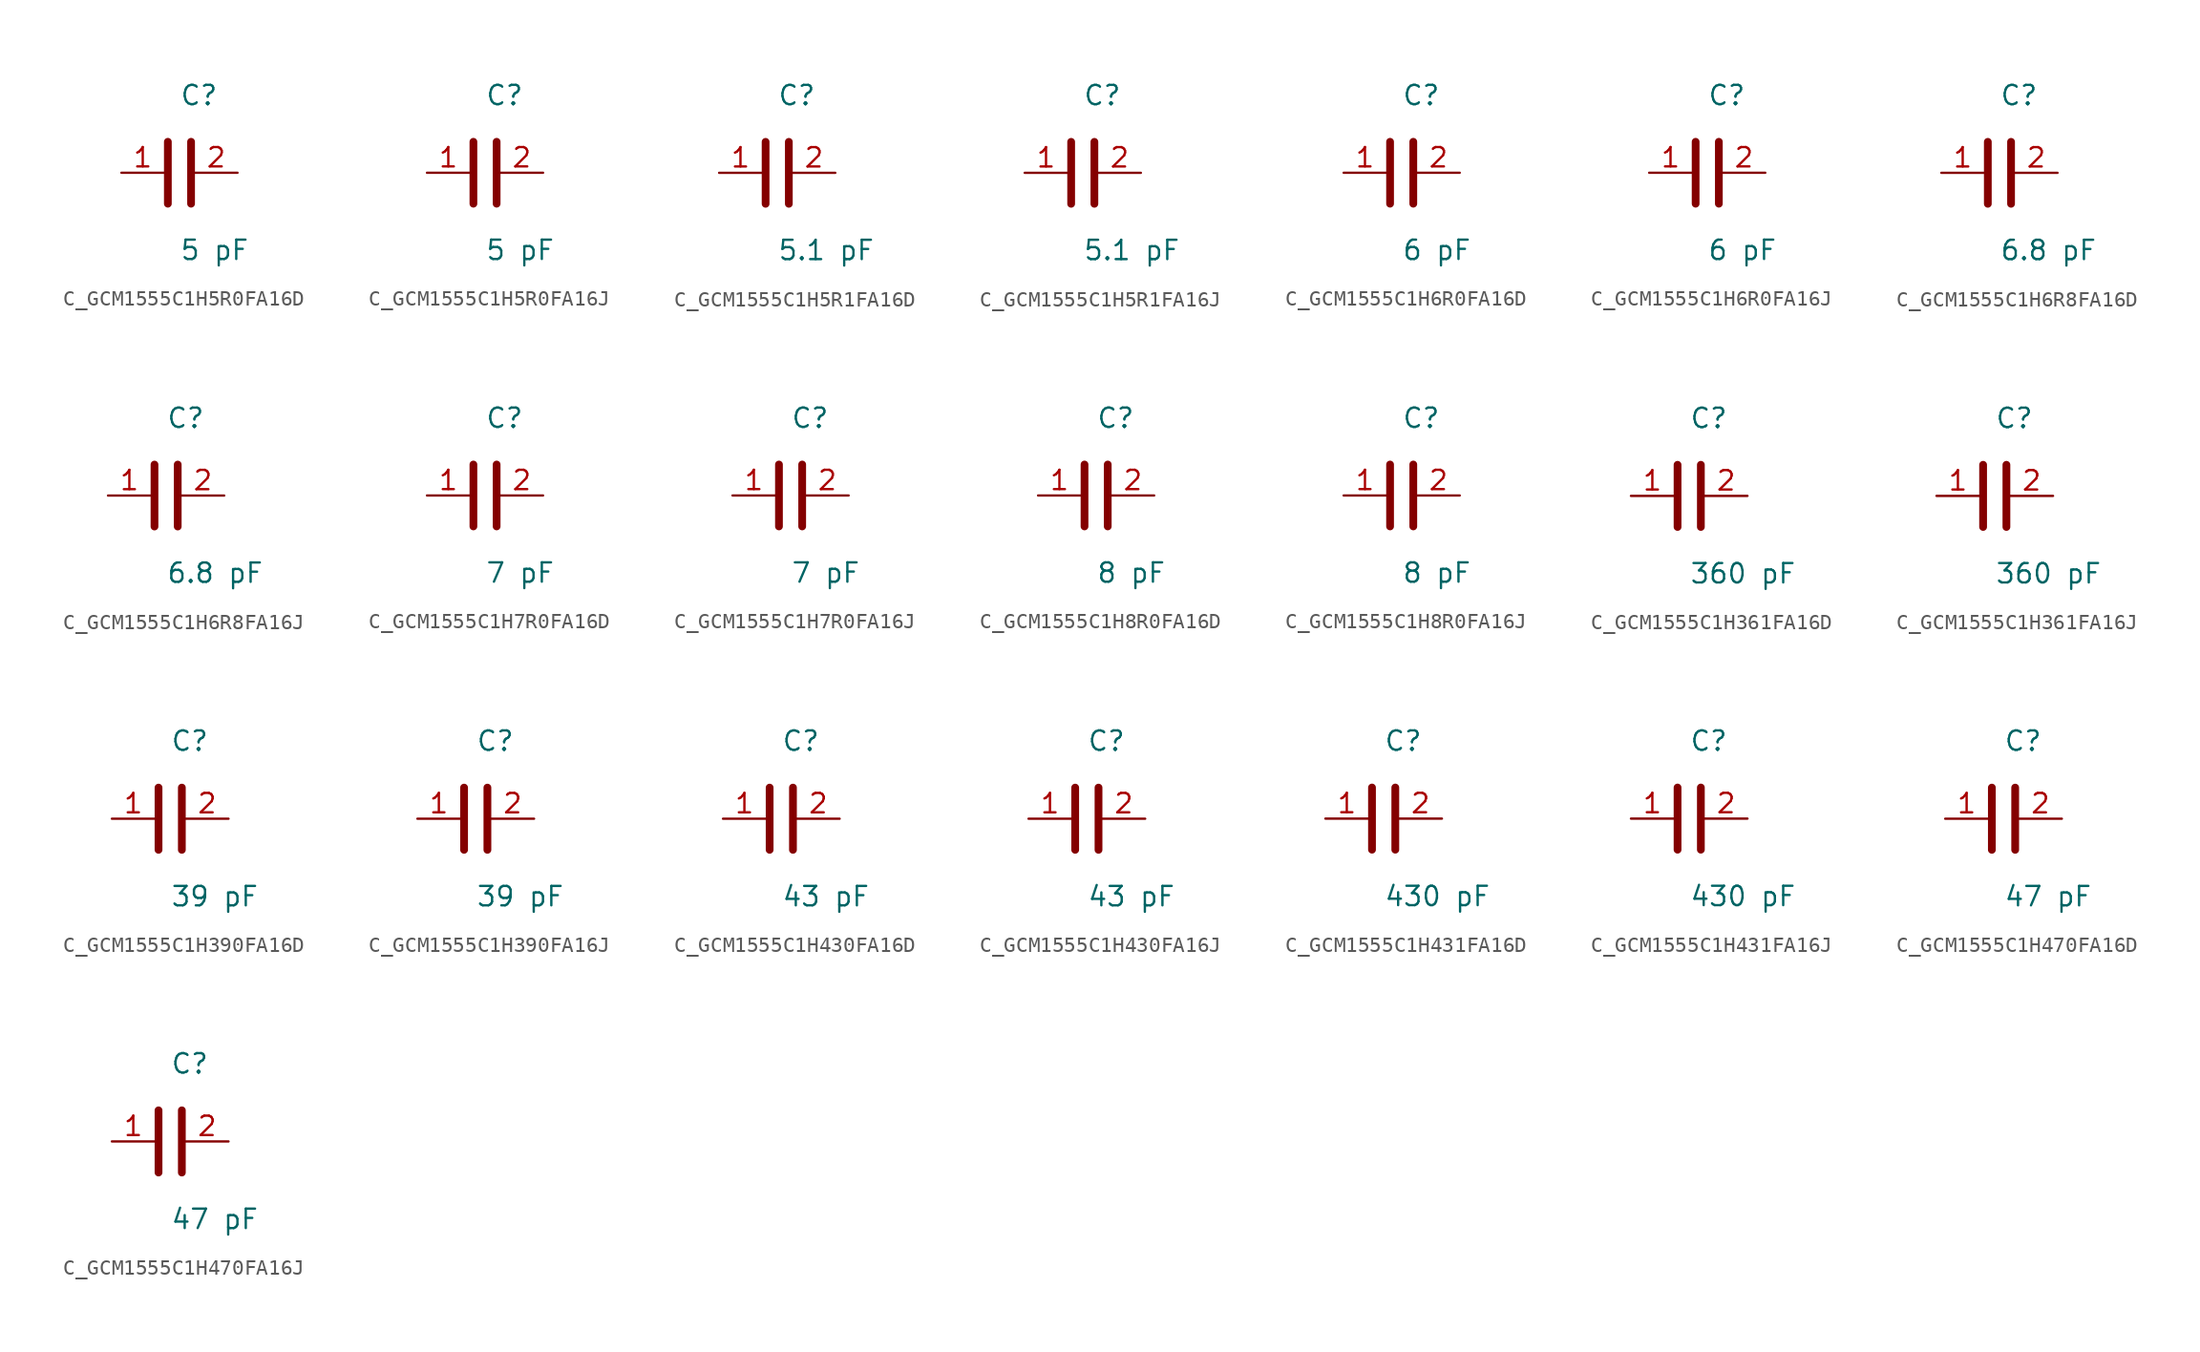
<source format=kicad_sym>
(kicad_symbol_lib
  (version 20231120)
  (generator kicad_symbol_editor)
  (generator_version 8.0)
  (symbol "C_GCM1555C1H5R0FA16D"
    (pin_names
      (offset 0.254))
    (property "Reference" "C"
      (at 0.0 5.08 0)
      (effects (font (size 1.27 1.27)) (justify left)))
    (property "Value" "5 pF"
      (at 0.0 -5.08 0)
      (effects (font (size 1.27 1.27)) (justify left)))
    (symbol "C_GCM1555C1H5R0FA16D_0_1"
      (polyline (pts (xy -0.762 -2.032) (xy -0.762 2.032)) (stroke (width 0.508) (type default)) (fill (type none)))
      (polyline (pts (xy 0.762 -2.032) (xy 0.762 2.032)) (stroke (width 0.508) (type default)) (fill (type none))))
    (pin unspecified line
      (at -3.81 0 0)
      (length 2.8)
      (name "" (effects (font (size 1.27 1.27))))
      (number "1" (effects (font (size 1.27 1.27)))))
    (pin unspecified line
      (at 3.81 0 180)
      (length 2.8)
      (name "" (effects (font (size 1.27 1.27))))
      (number "2" (effects (font (size 1.27 1.27))))))
  (symbol "C_GCM1555C1H5R0FA16J"
    (pin_names
      (offset 0.254))
    (property "Reference" "C"
      (at 0.0 5.08 0)
      (effects (font (size 1.27 1.27)) (justify left)))
    (property "Value" "5 pF"
      (at 0.0 -5.08 0)
      (effects (font (size 1.27 1.27)) (justify left)))
    (symbol "C_GCM1555C1H5R0FA16J_0_1"
      (polyline (pts (xy -0.762 -2.032) (xy -0.762 2.032)) (stroke (width 0.508) (type default)) (fill (type none)))
      (polyline (pts (xy 0.762 -2.032) (xy 0.762 2.032)) (stroke (width 0.508) (type default)) (fill (type none))))
    (pin unspecified line
      (at -3.81 0 0)
      (length 2.8)
      (name "" (effects (font (size 1.27 1.27))))
      (number "1" (effects (font (size 1.27 1.27)))))
    (pin unspecified line
      (at 3.81 0 180)
      (length 2.8)
      (name "" (effects (font (size 1.27 1.27))))
      (number "2" (effects (font (size 1.27 1.27))))))
  (symbol "C_GCM1555C1H5R1FA16D"
    (pin_names
      (offset 0.254))
    (property "Reference" "C"
      (at 0.0 5.08 0)
      (effects (font (size 1.27 1.27)) (justify left)))
    (property "Value" "5.1 pF"
      (at 0.0 -5.08 0)
      (effects (font (size 1.27 1.27)) (justify left)))
    (symbol "C_GCM1555C1H5R1FA16D_0_1"
      (polyline (pts (xy -0.762 -2.032) (xy -0.762 2.032)) (stroke (width 0.508) (type default)) (fill (type none)))
      (polyline (pts (xy 0.762 -2.032) (xy 0.762 2.032)) (stroke (width 0.508) (type default)) (fill (type none))))
    (pin unspecified line
      (at -3.81 0 0)
      (length 2.8)
      (name "" (effects (font (size 1.27 1.27))))
      (number "1" (effects (font (size 1.27 1.27)))))
    (pin unspecified line
      (at 3.81 0 180)
      (length 2.8)
      (name "" (effects (font (size 1.27 1.27))))
      (number "2" (effects (font (size 1.27 1.27))))))
  (symbol "C_GCM1555C1H5R1FA16J"
    (pin_names
      (offset 0.254))
    (property "Reference" "C"
      (at 0.0 5.08 0)
      (effects (font (size 1.27 1.27)) (justify left)))
    (property "Value" "5.1 pF"
      (at 0.0 -5.08 0)
      (effects (font (size 1.27 1.27)) (justify left)))
    (symbol "C_GCM1555C1H5R1FA16J_0_1"
      (polyline (pts (xy -0.762 -2.032) (xy -0.762 2.032)) (stroke (width 0.508) (type default)) (fill (type none)))
      (polyline (pts (xy 0.762 -2.032) (xy 0.762 2.032)) (stroke (width 0.508) (type default)) (fill (type none))))
    (pin unspecified line
      (at -3.81 0 0)
      (length 2.8)
      (name "" (effects (font (size 1.27 1.27))))
      (number "1" (effects (font (size 1.27 1.27)))))
    (pin unspecified line
      (at 3.81 0 180)
      (length 2.8)
      (name "" (effects (font (size 1.27 1.27))))
      (number "2" (effects (font (size 1.27 1.27))))))
  (symbol "C_GCM1555C1H6R0FA16D"
    (pin_names
      (offset 0.254))
    (property "Reference" "C"
      (at 0.0 5.08 0)
      (effects (font (size 1.27 1.27)) (justify left)))
    (property "Value" "6 pF"
      (at 0.0 -5.08 0)
      (effects (font (size 1.27 1.27)) (justify left)))
    (symbol "C_GCM1555C1H6R0FA16D_0_1"
      (polyline (pts (xy -0.762 -2.032) (xy -0.762 2.032)) (stroke (width 0.508) (type default)) (fill (type none)))
      (polyline (pts (xy 0.762 -2.032) (xy 0.762 2.032)) (stroke (width 0.508) (type default)) (fill (type none))))
    (pin unspecified line
      (at -3.81 0 0)
      (length 2.8)
      (name "" (effects (font (size 1.27 1.27))))
      (number "1" (effects (font (size 1.27 1.27)))))
    (pin unspecified line
      (at 3.81 0 180)
      (length 2.8)
      (name "" (effects (font (size 1.27 1.27))))
      (number "2" (effects (font (size 1.27 1.27))))))
  (symbol "C_GCM1555C1H6R0FA16J"
    (pin_names
      (offset 0.254))
    (property "Reference" "C"
      (at 0.0 5.08 0)
      (effects (font (size 1.27 1.27)) (justify left)))
    (property "Value" "6 pF"
      (at 0.0 -5.08 0)
      (effects (font (size 1.27 1.27)) (justify left)))
    (symbol "C_GCM1555C1H6R0FA16J_0_1"
      (polyline (pts (xy -0.762 -2.032) (xy -0.762 2.032)) (stroke (width 0.508) (type default)) (fill (type none)))
      (polyline (pts (xy 0.762 -2.032) (xy 0.762 2.032)) (stroke (width 0.508) (type default)) (fill (type none))))
    (pin unspecified line
      (at -3.81 0 0)
      (length 2.8)
      (name "" (effects (font (size 1.27 1.27))))
      (number "1" (effects (font (size 1.27 1.27)))))
    (pin unspecified line
      (at 3.81 0 180)
      (length 2.8)
      (name "" (effects (font (size 1.27 1.27))))
      (number "2" (effects (font (size 1.27 1.27))))))
  (symbol "C_GCM1555C1H6R8FA16D"
    (pin_names
      (offset 0.254))
    (property "Reference" "C"
      (at 0.0 5.08 0)
      (effects (font (size 1.27 1.27)) (justify left)))
    (property "Value" "6.8 pF"
      (at 0.0 -5.08 0)
      (effects (font (size 1.27 1.27)) (justify left)))
    (symbol "C_GCM1555C1H6R8FA16D_0_1"
      (polyline (pts (xy -0.762 -2.032) (xy -0.762 2.032)) (stroke (width 0.508) (type default)) (fill (type none)))
      (polyline (pts (xy 0.762 -2.032) (xy 0.762 2.032)) (stroke (width 0.508) (type default)) (fill (type none))))
    (pin unspecified line
      (at -3.81 0 0)
      (length 2.8)
      (name "" (effects (font (size 1.27 1.27))))
      (number "1" (effects (font (size 1.27 1.27)))))
    (pin unspecified line
      (at 3.81 0 180)
      (length 2.8)
      (name "" (effects (font (size 1.27 1.27))))
      (number "2" (effects (font (size 1.27 1.27))))))
  (symbol "C_GCM1555C1H6R8FA16J"
    (pin_names
      (offset 0.254))
    (property "Reference" "C"
      (at 0.0 5.08 0)
      (effects (font (size 1.27 1.27)) (justify left)))
    (property "Value" "6.8 pF"
      (at 0.0 -5.08 0)
      (effects (font (size 1.27 1.27)) (justify left)))
    (symbol "C_GCM1555C1H6R8FA16J_0_1"
      (polyline (pts (xy -0.762 -2.032) (xy -0.762 2.032)) (stroke (width 0.508) (type default)) (fill (type none)))
      (polyline (pts (xy 0.762 -2.032) (xy 0.762 2.032)) (stroke (width 0.508) (type default)) (fill (type none))))
    (pin unspecified line
      (at -3.81 0 0)
      (length 2.8)
      (name "" (effects (font (size 1.27 1.27))))
      (number "1" (effects (font (size 1.27 1.27)))))
    (pin unspecified line
      (at 3.81 0 180)
      (length 2.8)
      (name "" (effects (font (size 1.27 1.27))))
      (number "2" (effects (font (size 1.27 1.27))))))
  (symbol "C_GCM1555C1H7R0FA16D"
    (pin_names
      (offset 0.254))
    (property "Reference" "C"
      (at 0.0 5.08 0)
      (effects (font (size 1.27 1.27)) (justify left)))
    (property "Value" "7 pF"
      (at 0.0 -5.08 0)
      (effects (font (size 1.27 1.27)) (justify left)))
    (symbol "C_GCM1555C1H7R0FA16D_0_1"
      (polyline (pts (xy -0.762 -2.032) (xy -0.762 2.032)) (stroke (width 0.508) (type default)) (fill (type none)))
      (polyline (pts (xy 0.762 -2.032) (xy 0.762 2.032)) (stroke (width 0.508) (type default)) (fill (type none))))
    (pin unspecified line
      (at -3.81 0 0)
      (length 2.8)
      (name "" (effects (font (size 1.27 1.27))))
      (number "1" (effects (font (size 1.27 1.27)))))
    (pin unspecified line
      (at 3.81 0 180)
      (length 2.8)
      (name "" (effects (font (size 1.27 1.27))))
      (number "2" (effects (font (size 1.27 1.27))))))
  (symbol "C_GCM1555C1H7R0FA16J"
    (pin_names
      (offset 0.254))
    (property "Reference" "C"
      (at 0.0 5.08 0)
      (effects (font (size 1.27 1.27)) (justify left)))
    (property "Value" "7 pF"
      (at 0.0 -5.08 0)
      (effects (font (size 1.27 1.27)) (justify left)))
    (symbol "C_GCM1555C1H7R0FA16J_0_1"
      (polyline (pts (xy -0.762 -2.032) (xy -0.762 2.032)) (stroke (width 0.508) (type default)) (fill (type none)))
      (polyline (pts (xy 0.762 -2.032) (xy 0.762 2.032)) (stroke (width 0.508) (type default)) (fill (type none))))
    (pin unspecified line
      (at -3.81 0 0)
      (length 2.8)
      (name "" (effects (font (size 1.27 1.27))))
      (number "1" (effects (font (size 1.27 1.27)))))
    (pin unspecified line
      (at 3.81 0 180)
      (length 2.8)
      (name "" (effects (font (size 1.27 1.27))))
      (number "2" (effects (font (size 1.27 1.27))))))
  (symbol "C_GCM1555C1H8R0FA16D"
    (pin_names
      (offset 0.254))
    (property "Reference" "C"
      (at 0.0 5.08 0)
      (effects (font (size 1.27 1.27)) (justify left)))
    (property "Value" "8 pF"
      (at 0.0 -5.08 0)
      (effects (font (size 1.27 1.27)) (justify left)))
    (symbol "C_GCM1555C1H8R0FA16D_0_1"
      (polyline (pts (xy -0.762 -2.032) (xy -0.762 2.032)) (stroke (width 0.508) (type default)) (fill (type none)))
      (polyline (pts (xy 0.762 -2.032) (xy 0.762 2.032)) (stroke (width 0.508) (type default)) (fill (type none))))
    (pin unspecified line
      (at -3.81 0 0)
      (length 2.8)
      (name "" (effects (font (size 1.27 1.27))))
      (number "1" (effects (font (size 1.27 1.27)))))
    (pin unspecified line
      (at 3.81 0 180)
      (length 2.8)
      (name "" (effects (font (size 1.27 1.27))))
      (number "2" (effects (font (size 1.27 1.27))))))
  (symbol "C_GCM1555C1H8R0FA16J"
    (pin_names
      (offset 0.254))
    (property "Reference" "C"
      (at 0.0 5.08 0)
      (effects (font (size 1.27 1.27)) (justify left)))
    (property "Value" "8 pF"
      (at 0.0 -5.08 0)
      (effects (font (size 1.27 1.27)) (justify left)))
    (symbol "C_GCM1555C1H8R0FA16J_0_1"
      (polyline (pts (xy -0.762 -2.032) (xy -0.762 2.032)) (stroke (width 0.508) (type default)) (fill (type none)))
      (polyline (pts (xy 0.762 -2.032) (xy 0.762 2.032)) (stroke (width 0.508) (type default)) (fill (type none))))
    (pin unspecified line
      (at -3.81 0 0)
      (length 2.8)
      (name "" (effects (font (size 1.27 1.27))))
      (number "1" (effects (font (size 1.27 1.27)))))
    (pin unspecified line
      (at 3.81 0 180)
      (length 2.8)
      (name "" (effects (font (size 1.27 1.27))))
      (number "2" (effects (font (size 1.27 1.27))))))
  (symbol "C_GCM1555C1H361FA16D"
    (pin_names
      (offset 0.254))
    (property "Reference" "C"
      (at 0.0 5.08 0)
      (effects (font (size 1.27 1.27)) (justify left)))
    (property "Value" "360 pF"
      (at 0.0 -5.08 0)
      (effects (font (size 1.27 1.27)) (justify left)))
    (symbol "C_GCM1555C1H361FA16D_0_1"
      (polyline (pts (xy -0.762 -2.032) (xy -0.762 2.032)) (stroke (width 0.508) (type default)) (fill (type none)))
      (polyline (pts (xy 0.762 -2.032) (xy 0.762 2.032)) (stroke (width 0.508) (type default)) (fill (type none))))
    (pin unspecified line
      (at -3.81 0 0)
      (length 2.8)
      (name "" (effects (font (size 1.27 1.27))))
      (number "1" (effects (font (size 1.27 1.27)))))
    (pin unspecified line
      (at 3.81 0 180)
      (length 2.8)
      (name "" (effects (font (size 1.27 1.27))))
      (number "2" (effects (font (size 1.27 1.27))))))
  (symbol "C_GCM1555C1H361FA16J"
    (pin_names
      (offset 0.254))
    (property "Reference" "C"
      (at 0.0 5.08 0)
      (effects (font (size 1.27 1.27)) (justify left)))
    (property "Value" "360 pF"
      (at 0.0 -5.08 0)
      (effects (font (size 1.27 1.27)) (justify left)))
    (symbol "C_GCM1555C1H361FA16J_0_1"
      (polyline (pts (xy -0.762 -2.032) (xy -0.762 2.032)) (stroke (width 0.508) (type default)) (fill (type none)))
      (polyline (pts (xy 0.762 -2.032) (xy 0.762 2.032)) (stroke (width 0.508) (type default)) (fill (type none))))
    (pin unspecified line
      (at -3.81 0 0)
      (length 2.8)
      (name "" (effects (font (size 1.27 1.27))))
      (number "1" (effects (font (size 1.27 1.27)))))
    (pin unspecified line
      (at 3.81 0 180)
      (length 2.8)
      (name "" (effects (font (size 1.27 1.27))))
      (number "2" (effects (font (size 1.27 1.27))))))
  (symbol "C_GCM1555C1H390FA16D"
    (pin_names
      (offset 0.254))
    (property "Reference" "C"
      (at 0.0 5.08 0)
      (effects (font (size 1.27 1.27)) (justify left)))
    (property "Value" "39 pF"
      (at 0.0 -5.08 0)
      (effects (font (size 1.27 1.27)) (justify left)))
    (symbol "C_GCM1555C1H390FA16D_0_1"
      (polyline (pts (xy -0.762 -2.032) (xy -0.762 2.032)) (stroke (width 0.508) (type default)) (fill (type none)))
      (polyline (pts (xy 0.762 -2.032) (xy 0.762 2.032)) (stroke (width 0.508) (type default)) (fill (type none))))
    (pin unspecified line
      (at -3.81 0 0)
      (length 2.8)
      (name "" (effects (font (size 1.27 1.27))))
      (number "1" (effects (font (size 1.27 1.27)))))
    (pin unspecified line
      (at 3.81 0 180)
      (length 2.8)
      (name "" (effects (font (size 1.27 1.27))))
      (number "2" (effects (font (size 1.27 1.27))))))
  (symbol "C_GCM1555C1H390FA16J"
    (pin_names
      (offset 0.254))
    (property "Reference" "C"
      (at 0.0 5.08 0)
      (effects (font (size 1.27 1.27)) (justify left)))
    (property "Value" "39 pF"
      (at 0.0 -5.08 0)
      (effects (font (size 1.27 1.27)) (justify left)))
    (symbol "C_GCM1555C1H390FA16J_0_1"
      (polyline (pts (xy -0.762 -2.032) (xy -0.762 2.032)) (stroke (width 0.508) (type default)) (fill (type none)))
      (polyline (pts (xy 0.762 -2.032) (xy 0.762 2.032)) (stroke (width 0.508) (type default)) (fill (type none))))
    (pin unspecified line
      (at -3.81 0 0)
      (length 2.8)
      (name "" (effects (font (size 1.27 1.27))))
      (number "1" (effects (font (size 1.27 1.27)))))
    (pin unspecified line
      (at 3.81 0 180)
      (length 2.8)
      (name "" (effects (font (size 1.27 1.27))))
      (number "2" (effects (font (size 1.27 1.27))))))
  (symbol "C_GCM1555C1H430FA16D"
    (pin_names
      (offset 0.254))
    (property "Reference" "C"
      (at 0.0 5.08 0)
      (effects (font (size 1.27 1.27)) (justify left)))
    (property "Value" "43 pF"
      (at 0.0 -5.08 0)
      (effects (font (size 1.27 1.27)) (justify left)))
    (symbol "C_GCM1555C1H430FA16D_0_1"
      (polyline (pts (xy -0.762 -2.032) (xy -0.762 2.032)) (stroke (width 0.508) (type default)) (fill (type none)))
      (polyline (pts (xy 0.762 -2.032) (xy 0.762 2.032)) (stroke (width 0.508) (type default)) (fill (type none))))
    (pin unspecified line
      (at -3.81 0 0)
      (length 2.8)
      (name "" (effects (font (size 1.27 1.27))))
      (number "1" (effects (font (size 1.27 1.27)))))
    (pin unspecified line
      (at 3.81 0 180)
      (length 2.8)
      (name "" (effects (font (size 1.27 1.27))))
      (number "2" (effects (font (size 1.27 1.27))))))
  (symbol "C_GCM1555C1H430FA16J"
    (pin_names
      (offset 0.254))
    (property "Reference" "C"
      (at 0.0 5.08 0)
      (effects (font (size 1.27 1.27)) (justify left)))
    (property "Value" "43 pF"
      (at 0.0 -5.08 0)
      (effects (font (size 1.27 1.27)) (justify left)))
    (symbol "C_GCM1555C1H430FA16J_0_1"
      (polyline (pts (xy -0.762 -2.032) (xy -0.762 2.032)) (stroke (width 0.508) (type default)) (fill (type none)))
      (polyline (pts (xy 0.762 -2.032) (xy 0.762 2.032)) (stroke (width 0.508) (type default)) (fill (type none))))
    (pin unspecified line
      (at -3.81 0 0)
      (length 2.8)
      (name "" (effects (font (size 1.27 1.27))))
      (number "1" (effects (font (size 1.27 1.27)))))
    (pin unspecified line
      (at 3.81 0 180)
      (length 2.8)
      (name "" (effects (font (size 1.27 1.27))))
      (number "2" (effects (font (size 1.27 1.27))))))
  (symbol "C_GCM1555C1H431FA16D"
    (pin_names
      (offset 0.254))
    (property "Reference" "C"
      (at 0.0 5.08 0)
      (effects (font (size 1.27 1.27)) (justify left)))
    (property "Value" "430 pF"
      (at 0.0 -5.08 0)
      (effects (font (size 1.27 1.27)) (justify left)))
    (symbol "C_GCM1555C1H431FA16D_0_1"
      (polyline (pts (xy -0.762 -2.032) (xy -0.762 2.032)) (stroke (width 0.508) (type default)) (fill (type none)))
      (polyline (pts (xy 0.762 -2.032) (xy 0.762 2.032)) (stroke (width 0.508) (type default)) (fill (type none))))
    (pin unspecified line
      (at -3.81 0 0)
      (length 2.8)
      (name "" (effects (font (size 1.27 1.27))))
      (number "1" (effects (font (size 1.27 1.27)))))
    (pin unspecified line
      (at 3.81 0 180)
      (length 2.8)
      (name "" (effects (font (size 1.27 1.27))))
      (number "2" (effects (font (size 1.27 1.27))))))
  (symbol "C_GCM1555C1H431FA16J"
    (pin_names
      (offset 0.254))
    (property "Reference" "C"
      (at 0.0 5.08 0)
      (effects (font (size 1.27 1.27)) (justify left)))
    (property "Value" "430 pF"
      (at 0.0 -5.08 0)
      (effects (font (size 1.27 1.27)) (justify left)))
    (symbol "C_GCM1555C1H431FA16J_0_1"
      (polyline (pts (xy -0.762 -2.032) (xy -0.762 2.032)) (stroke (width 0.508) (type default)) (fill (type none)))
      (polyline (pts (xy 0.762 -2.032) (xy 0.762 2.032)) (stroke (width 0.508) (type default)) (fill (type none))))
    (pin unspecified line
      (at -3.81 0 0)
      (length 2.8)
      (name "" (effects (font (size 1.27 1.27))))
      (number "1" (effects (font (size 1.27 1.27)))))
    (pin unspecified line
      (at 3.81 0 180)
      (length 2.8)
      (name "" (effects (font (size 1.27 1.27))))
      (number "2" (effects (font (size 1.27 1.27))))))
  (symbol "C_GCM1555C1H470FA16D"
    (pin_names
      (offset 0.254))
    (property "Reference" "C"
      (at 0.0 5.08 0)
      (effects (font (size 1.27 1.27)) (justify left)))
    (property "Value" "47 pF"
      (at 0.0 -5.08 0)
      (effects (font (size 1.27 1.27)) (justify left)))
    (symbol "C_GCM1555C1H470FA16D_0_1"
      (polyline (pts (xy -0.762 -2.032) (xy -0.762 2.032)) (stroke (width 0.508) (type default)) (fill (type none)))
      (polyline (pts (xy 0.762 -2.032) (xy 0.762 2.032)) (stroke (width 0.508) (type default)) (fill (type none))))
    (pin unspecified line
      (at -3.81 0 0)
      (length 2.8)
      (name "" (effects (font (size 1.27 1.27))))
      (number "1" (effects (font (size 1.27 1.27)))))
    (pin unspecified line
      (at 3.81 0 180)
      (length 2.8)
      (name "" (effects (font (size 1.27 1.27))))
      (number "2" (effects (font (size 1.27 1.27))))))
  (symbol "C_GCM1555C1H470FA16J"
    (pin_names
      (offset 0.254))
    (property "Reference" "C"
      (at 0.0 5.08 0)
      (effects (font (size 1.27 1.27)) (justify left)))
    (property "Value" "47 pF"
      (at 0.0 -5.08 0)
      (effects (font (size 1.27 1.27)) (justify left)))
    (symbol "C_GCM1555C1H470FA16J_0_1"
      (polyline (pts (xy -0.762 -2.032) (xy -0.762 2.032)) (stroke (width 0.508) (type default)) (fill (type none)))
      (polyline (pts (xy 0.762 -2.032) (xy 0.762 2.032)) (stroke (width 0.508) (type default)) (fill (type none))))
    (pin unspecified line
      (at -3.81 0 0)
      (length 2.8)
      (name "" (effects (font (size 1.27 1.27))))
      (number "1" (effects (font (size 1.27 1.27)))))
    (pin unspecified line
      (at 3.81 0 180)
      (length 2.8)
      (name "" (effects (font (size 1.27 1.27))))
      (number "2" (effects (font (size 1.27 1.27)))))))
</source>
